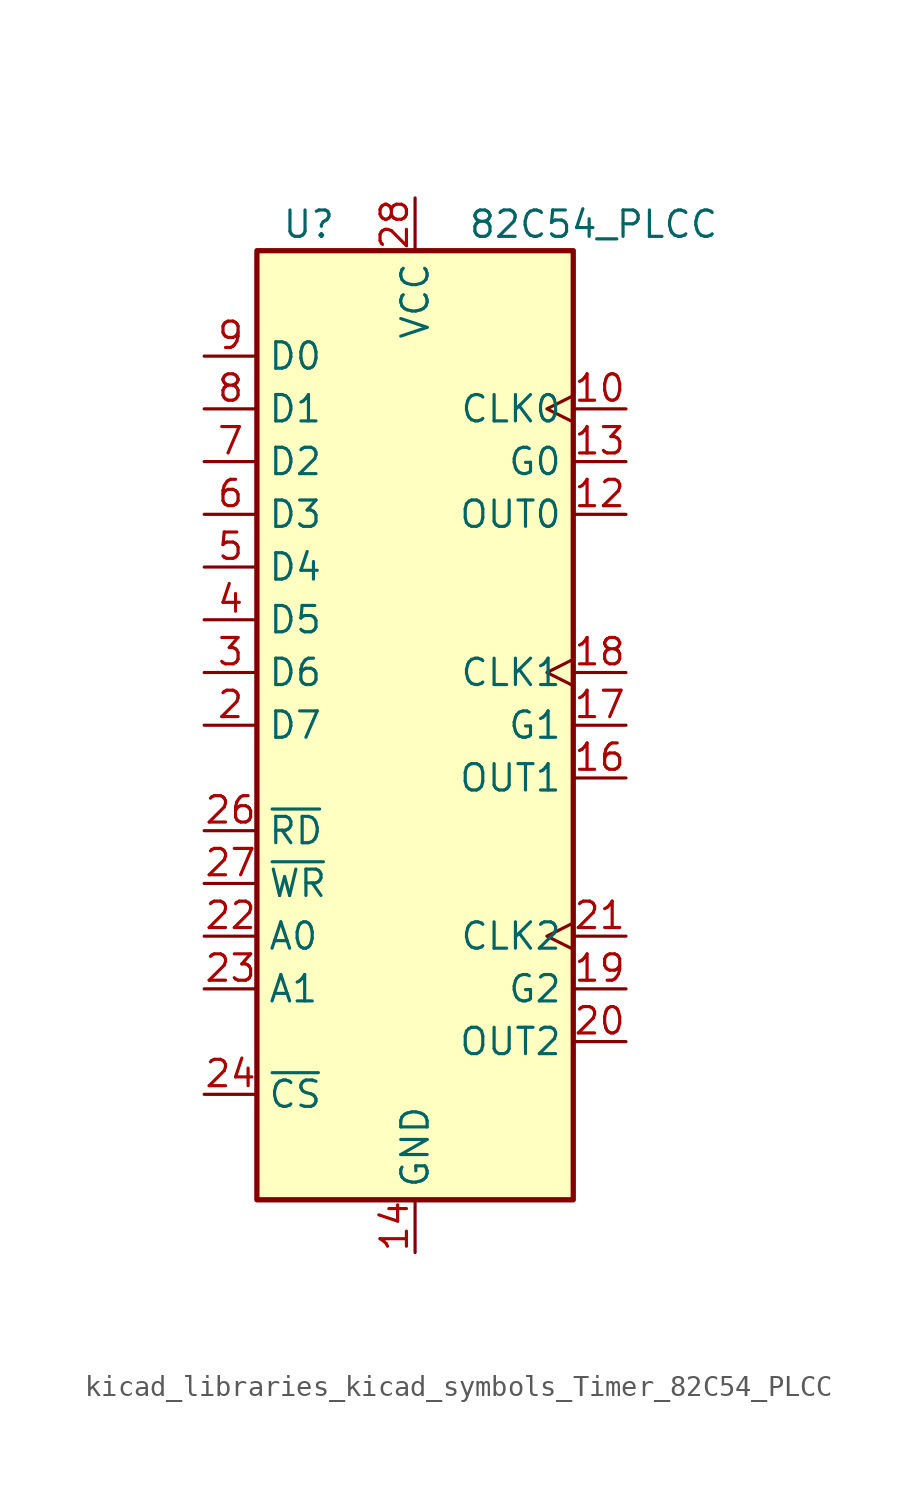
<source format=kicad_sym>
(kicad_symbol_lib
  (version 20220914)
  (generator kicad_symbol_editor)
  (symbol "kicad_libraries_kicad_symbols_Timer_82C54_PLCC"
    (property "Reference" "U"
      (at -3.81 24.13 0)
      (effects (font (size 1.27 1.27)) (justify right)))
    (property "Value" "82C54_PLCC"
      (at 2.54 24.13 0)
      (effects (font (size 1.27 1.27)) (justify left)))
    (symbol "kicad_libraries_kicad_symbols_Timer_82C54_PLCC_0_1"
      (rectangle (start -7.62 -22.86) (end 7.62 22.86) (stroke (width 0.254) (type default)) (fill (type background))))
    (symbol "kicad_libraries_kicad_symbols_Timer_82C54_PLCC_1_1"
      (pin no_connect line (at -5.08 -22.86 90) (length 2.54) hide (name "NC" (effects (font (size 1.27 1.27)))) (number "1" (effects (font (size 1.27 1.27)))))
      (pin input clock (at 10.16 15.24 180) (length 2.54) (name "CLK0" (effects (font (size 1.27 1.27)))) (number "10" (effects (font (size 1.27 1.27)))))
      (pin no_connect line (at -2.54 -22.86 90) (length 2.54) hide (name "NC" (effects (font (size 1.27 1.27)))) (number "11" (effects (font (size 1.27 1.27)))))
      (pin output line (at 10.16 10.16 180) (length 2.54) (name "OUT0" (effects (font (size 1.27 1.27)))) (number "12" (effects (font (size 1.27 1.27)))))
      (pin input line (at 10.16 12.7 180) (length 2.54) (name "G0" (effects (font (size 1.27 1.27)))) (number "13" (effects (font (size 1.27 1.27)))))
      (pin power_in line (at 0 -25.4 90) (length 2.54) (name "GND" (effects (font (size 1.27 1.27)))) (number "14" (effects (font (size 1.27 1.27)))))
      (pin no_connect line (at 2.54 -22.86 90) (length 2.54) hide (name "NC" (effects (font (size 1.27 1.27)))) (number "15" (effects (font (size 1.27 1.27)))))
      (pin output line (at 10.16 -2.54 180) (length 2.54) (name "OUT1" (effects (font (size 1.27 1.27)))) (number "16" (effects (font (size 1.27 1.27)))))
      (pin input line (at 10.16 0 180) (length 2.54) (name "G1" (effects (font (size 1.27 1.27)))) (number "17" (effects (font (size 1.27 1.27)))))
      (pin input clock (at 10.16 2.54 180) (length 2.54) (name "CLK1" (effects (font (size 1.27 1.27)))) (number "18" (effects (font (size 1.27 1.27)))))
      (pin input line (at 10.16 -12.7 180) (length 2.54) (name "G2" (effects (font (size 1.27 1.27)))) (number "19" (effects (font (size 1.27 1.27)))))
      (pin bidirectional line (at -10.16 0 0) (length 2.54) (name "D7" (effects (font (size 1.27 1.27)))) (number "2" (effects (font (size 1.27 1.27)))))
      (pin output line (at 10.16 -15.24 180) (length 2.54) (name "OUT2" (effects (font (size 1.27 1.27)))) (number "20" (effects (font (size 1.27 1.27)))))
      (pin input clock (at 10.16 -10.16 180) (length 2.54) (name "CLK2" (effects (font (size 1.27 1.27)))) (number "21" (effects (font (size 1.27 1.27)))))
      (pin input line (at -10.16 -10.16 0) (length 2.54) (name "A0" (effects (font (size 1.27 1.27)))) (number "22" (effects (font (size 1.27 1.27)))))
      (pin input line (at -10.16 -12.7 0) (length 2.54) (name "A1" (effects (font (size 1.27 1.27)))) (number "23" (effects (font (size 1.27 1.27)))))
      (pin input line (at -10.16 -17.78 0) (length 2.54) (name "~{CS}" (effects (font (size 1.27 1.27)))) (number "24" (effects (font (size 1.27 1.27)))))
      (pin no_connect line (at 5.08 -22.86 90) (length 2.54) hide (name "NC" (effects (font (size 1.27 1.27)))) (number "25" (effects (font (size 1.27 1.27)))))
      (pin input line (at -10.16 -5.08 0) (length 2.54) (name "~{RD}" (effects (font (size 1.27 1.27)))) (number "26" (effects (font (size 1.27 1.27)))))
      (pin input line (at -10.16 -7.62 0) (length 2.54) (name "~{WR}" (effects (font (size 1.27 1.27)))) (number "27" (effects (font (size 1.27 1.27)))))
      (pin power_in line (at 0 25.4 270) (length 2.54) (name "VCC" (effects (font (size 1.27 1.27)))) (number "28" (effects (font (size 1.27 1.27)))))
      (pin bidirectional line (at -10.16 2.54 0) (length 2.54) (name "D6" (effects (font (size 1.27 1.27)))) (number "3" (effects (font (size 1.27 1.27)))))
      (pin bidirectional line (at -10.16 5.08 0) (length 2.54) (name "D5" (effects (font (size 1.27 1.27)))) (number "4" (effects (font (size 1.27 1.27)))))
      (pin bidirectional line (at -10.16 7.62 0) (length 2.54) (name "D4" (effects (font (size 1.27 1.27)))) (number "5" (effects (font (size 1.27 1.27)))))
      (pin bidirectional line (at -10.16 10.16 0) (length 2.54) (name "D3" (effects (font (size 1.27 1.27)))) (number "6" (effects (font (size 1.27 1.27)))))
      (pin bidirectional line (at -10.16 12.7 0) (length 2.54) (name "D2" (effects (font (size 1.27 1.27)))) (number "7" (effects (font (size 1.27 1.27)))))
      (pin bidirectional line (at -10.16 15.24 0) (length 2.54) (name "D1" (effects (font (size 1.27 1.27)))) (number "8" (effects (font (size 1.27 1.27)))))
      (pin bidirectional line (at -10.16 17.78 0) (length 2.54) (name "D0" (effects (font (size 1.27 1.27)))) (number "9" (effects (font (size 1.27 1.27))))))))
</source>
